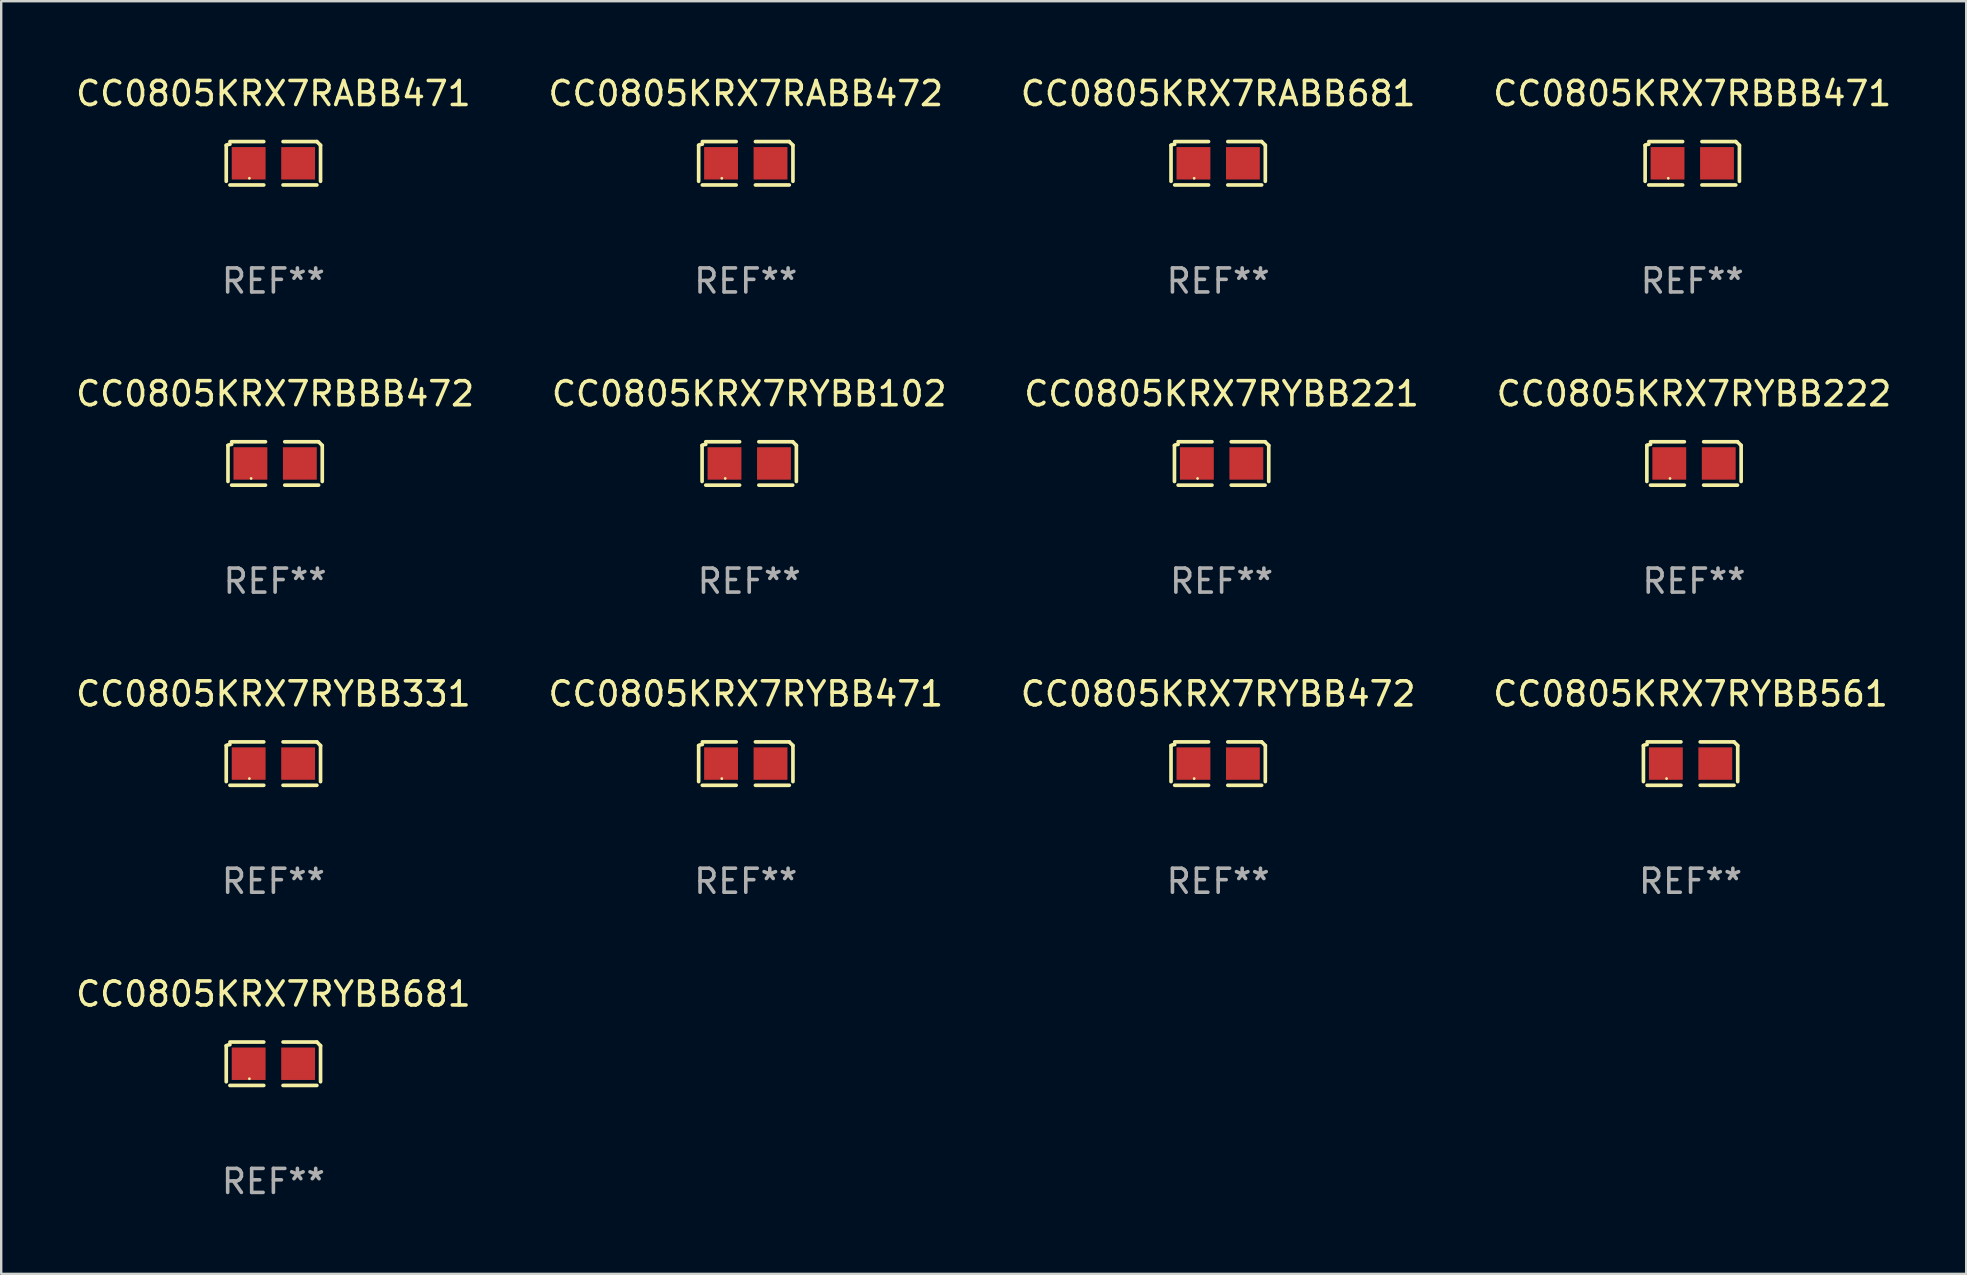
<source format=kicad_pcb>
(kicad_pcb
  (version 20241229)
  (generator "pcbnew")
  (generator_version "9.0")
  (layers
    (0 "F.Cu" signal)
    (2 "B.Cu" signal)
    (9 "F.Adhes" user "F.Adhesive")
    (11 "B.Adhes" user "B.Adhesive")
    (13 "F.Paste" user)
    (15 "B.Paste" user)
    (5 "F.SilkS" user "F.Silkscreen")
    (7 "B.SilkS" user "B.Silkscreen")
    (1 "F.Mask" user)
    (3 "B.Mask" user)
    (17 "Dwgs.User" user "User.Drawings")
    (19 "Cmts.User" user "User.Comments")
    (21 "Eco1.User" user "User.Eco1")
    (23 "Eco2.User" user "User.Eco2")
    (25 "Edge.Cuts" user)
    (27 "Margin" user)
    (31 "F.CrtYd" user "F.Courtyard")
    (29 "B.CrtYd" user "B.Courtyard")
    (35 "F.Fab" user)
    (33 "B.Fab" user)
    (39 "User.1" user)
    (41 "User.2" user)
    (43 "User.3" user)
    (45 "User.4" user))
  (footprint "CC0805KRX7RYBB222"
    (layer "F.Cu")
    (at 67.518 16.256)
    (property "Reference" "CC0805KRX7RYBB222" (at 0 -2.904 0) (layer "F.SilkS") (effects (font (size 1 1) (thickness 0.15))))
    (attr through_hole)
    (fp_line (start -1.964 0.751) (end -1.964 -0.751) (stroke (width 0.152) (type solid)) (layer "F.SilkS"))
    (fp_line (start -1.811 -0.904) (end -0.401 -0.904) (stroke (width 0.152) (type solid)) (layer "F.SilkS"))
    (fp_line (start -0.401 0.904) (end -1.811 0.904) (stroke (width 0.152) (type solid)) (layer "F.SilkS"))
    (fp_line (start 0.401 0.904) (end 1.811 0.904) (stroke (width 0.152) (type solid)) (layer "F.SilkS"))
    (fp_line (start 1.811 -0.904) (end 0.401 -0.904) (stroke (width 0.152) (type solid)) (layer "F.SilkS"))
    (fp_line (start 1.964 0.751) (end 1.964 -0.751) (stroke (width 0.152) (type solid)) (layer "F.SilkS"))
    (fp_arc (start -1.963602 -0.751207) (mid -1.890354 -0.783131) (end -1.811201 -0.794044) (stroke (width 0.1524) (type solid)) (layer "F.SilkS"))
    (fp_arc (start 1.811202 -0.903607) (mid 1.887413 -0.827418) (end 1.963602 -0.751207) (stroke (width 0.1524) (type solid)) (layer "F.SilkS"))
    (fp_circle (center -1 0.625) (end -0.97 0.625) (stroke (width 0.06) (type solid)) (fill no) (layer "F.SilkS"))
    (fp_text user "REF**" (at 0 4.904 0) (layer "F.Fab") (effects (font (size 1 1) (thickness 0.15))))
    (pad "1" smd rect (at -1.03 0) (size 1.41 1.35) (layers "F.Cu" "F.Mask" "F.Paste"))
    (pad "2" smd rect (at 1.03 0) (size 1.41 1.35) (layers "F.Cu" "F.Mask" "F.Paste")))
  (footprint "CC0805KRX7RYBB102"
    (layer "F.Cu")
    (at 28.161 16.256)
    (property "Reference" "CC0805KRX7RYBB102" (at 0 -2.904 0) (layer "F.SilkS") (effects (font (size 1 1) (thickness 0.15))))
    (attr through_hole)
    (fp_line (start -1.964 0.751) (end -1.964 -0.751) (stroke (width 0.152) (type solid)) (layer "F.SilkS"))
    (fp_line (start -1.811 -0.904) (end -0.401 -0.904) (stroke (width 0.152) (type solid)) (layer "F.SilkS"))
    (fp_line (start -0.401 0.904) (end -1.811 0.904) (stroke (width 0.152) (type solid)) (layer "F.SilkS"))
    (fp_line (start 0.401 0.904) (end 1.811 0.904) (stroke (width 0.152) (type solid)) (layer "F.SilkS"))
    (fp_line (start 1.811 -0.904) (end 0.401 -0.904) (stroke (width 0.152) (type solid)) (layer "F.SilkS"))
    (fp_line (start 1.964 0.751) (end 1.964 -0.751) (stroke (width 0.152) (type solid)) (layer "F.SilkS"))
    (fp_arc (start -1.963602 -0.751207) (mid -1.890354 -0.783131) (end -1.811201 -0.794044) (stroke (width 0.1524) (type solid)) (layer "F.SilkS"))
    (fp_arc (start 1.811202 -0.903607) (mid 1.887413 -0.827418) (end 1.963602 -0.751207) (stroke (width 0.1524) (type solid)) (layer "F.SilkS"))
    (fp_circle (center -1 0.625) (end -0.97 0.625) (stroke (width 0.06) (type solid)) (fill no) (layer "F.SilkS"))
    (fp_text user "REF**" (at 0 4.904 0) (layer "F.Fab") (effects (font (size 1 1) (thickness 0.15))))
    (pad "1" smd rect (at -1.03 0) (size 1.41 1.35) (layers "F.Cu" "F.Mask" "F.Paste"))
    (pad "2" smd rect (at 1.03 0) (size 1.41 1.35) (layers "F.Cu" "F.Mask" "F.Paste")))
  (footprint "CC0805KRX7RYBB471"
    (layer "F.Cu")
    (at 28.018 28.759)
    (property "Reference" "CC0805KRX7RYBB471" (at 0 -2.904 0) (layer "F.SilkS") (effects (font (size 1 1) (thickness 0.15))))
    (attr through_hole)
    (fp_line (start -1.964 0.751) (end -1.964 -0.751) (stroke (width 0.152) (type solid)) (layer "F.SilkS"))
    (fp_line (start -1.811 -0.904) (end -0.401 -0.904) (stroke (width 0.152) (type solid)) (layer "F.SilkS"))
    (fp_line (start -0.401 0.904) (end -1.811 0.904) (stroke (width 0.152) (type solid)) (layer "F.SilkS"))
    (fp_line (start 0.401 0.904) (end 1.811 0.904) (stroke (width 0.152) (type solid)) (layer "F.SilkS"))
    (fp_line (start 1.811 -0.904) (end 0.401 -0.904) (stroke (width 0.152) (type solid)) (layer "F.SilkS"))
    (fp_line (start 1.964 0.751) (end 1.964 -0.751) (stroke (width 0.152) (type solid)) (layer "F.SilkS"))
    (fp_arc (start -1.963602 -0.751207) (mid -1.890354 -0.783131) (end -1.811201 -0.794044) (stroke (width 0.1524) (type solid)) (layer "F.SilkS"))
    (fp_arc (start 1.811202 -0.903607) (mid 1.887413 -0.827418) (end 1.963602 -0.751207) (stroke (width 0.1524) (type solid)) (layer "F.SilkS"))
    (fp_circle (center -1 0.625) (end -0.97 0.625) (stroke (width 0.06) (type solid)) (fill no) (layer "F.SilkS"))
    (fp_text user "REF**" (at 0 4.904 0) (layer "F.Fab") (effects (font (size 1 1) (thickness 0.15))))
    (pad "1" smd rect (at -1.03 0) (size 1.41 1.35) (layers "F.Cu" "F.Mask" "F.Paste"))
    (pad "2" smd rect (at 1.03 0) (size 1.41 1.35) (layers "F.Cu" "F.Mask" "F.Paste")))
  (footprint "CC0805KRX7RABB471"
    (layer "F.Cu")
    (at 8.339 3.752)
    (property "Reference" "CC0805KRX7RABB471" (at 0 -2.904 0) (layer "F.SilkS") (effects (font (size 1 1) (thickness 0.15))))
    (attr through_hole)
    (fp_line (start -1.964 0.751) (end -1.964 -0.751) (stroke (width 0.152) (type solid)) (layer "F.SilkS"))
    (fp_line (start -1.811 -0.904) (end -0.401 -0.904) (stroke (width 0.152) (type solid)) (layer "F.SilkS"))
    (fp_line (start -0.401 0.904) (end -1.811 0.904) (stroke (width 0.152) (type solid)) (layer "F.SilkS"))
    (fp_line (start 0.401 0.904) (end 1.811 0.904) (stroke (width 0.152) (type solid)) (layer "F.SilkS"))
    (fp_line (start 1.811 -0.904) (end 0.401 -0.904) (stroke (width 0.152) (type solid)) (layer "F.SilkS"))
    (fp_line (start 1.964 0.751) (end 1.964 -0.751) (stroke (width 0.152) (type solid)) (layer "F.SilkS"))
    (fp_arc (start -1.963602 -0.751207) (mid -1.890354 -0.783131) (end -1.811201 -0.794044) (stroke (width 0.1524) (type solid)) (layer "F.SilkS"))
    (fp_arc (start 1.811202 -0.903607) (mid 1.887413 -0.827418) (end 1.963602 -0.751207) (stroke (width 0.1524) (type solid)) (layer "F.SilkS"))
    (fp_circle (center -1 0.625) (end -0.97 0.625) (stroke (width 0.06) (type solid)) (fill no) (layer "F.SilkS"))
    (fp_text user "REF**" (at 0 4.904 0) (layer "F.Fab") (effects (font (size 1 1) (thickness 0.15))))
    (pad "1" smd rect (at -1.03 0) (size 1.41 1.35) (layers "F.Cu" "F.Mask" "F.Paste"))
    (pad "2" smd rect (at 1.03 0) (size 1.41 1.35) (layers "F.Cu" "F.Mask" "F.Paste")))
  (footprint "CC0805KRX7RABB681"
    (layer "F.Cu")
    (at 47.696 3.752)
    (property "Reference" "CC0805KRX7RABB681" (at 0 -2.904 0) (layer "F.SilkS") (effects (font (size 1 1) (thickness 0.15))))
    (attr through_hole)
    (fp_line (start -1.964 0.751) (end -1.964 -0.751) (stroke (width 0.152) (type solid)) (layer "F.SilkS"))
    (fp_line (start -1.811 -0.904) (end -0.401 -0.904) (stroke (width 0.152) (type solid)) (layer "F.SilkS"))
    (fp_line (start -0.401 0.904) (end -1.811 0.904) (stroke (width 0.152) (type solid)) (layer "F.SilkS"))
    (fp_line (start 0.401 0.904) (end 1.811 0.904) (stroke (width 0.152) (type solid)) (layer "F.SilkS"))
    (fp_line (start 1.811 -0.904) (end 0.401 -0.904) (stroke (width 0.152) (type solid)) (layer "F.SilkS"))
    (fp_line (start 1.964 0.751) (end 1.964 -0.751) (stroke (width 0.152) (type solid)) (layer "F.SilkS"))
    (fp_arc (start -1.963602 -0.751207) (mid -1.890354 -0.783131) (end -1.811201 -0.794044) (stroke (width 0.1524) (type solid)) (layer "F.SilkS"))
    (fp_arc (start 1.811202 -0.903607) (mid 1.887413 -0.827418) (end 1.963602 -0.751207) (stroke (width 0.1524) (type solid)) (layer "F.SilkS"))
    (fp_circle (center -1 0.625) (end -0.97 0.625) (stroke (width 0.06) (type solid)) (fill no) (layer "F.SilkS"))
    (fp_text user "REF**" (at 0 4.904 0) (layer "F.Fab") (effects (font (size 1 1) (thickness 0.15))))
    (pad "1" smd rect (at -1.03 0) (size 1.41 1.35) (layers "F.Cu" "F.Mask" "F.Paste"))
    (pad "2" smd rect (at 1.03 0) (size 1.41 1.35) (layers "F.Cu" "F.Mask" "F.Paste")))
  (footprint "CC0805KRX7RYBB561"
    (layer "F.Cu")
    (at 67.375 28.759)
    (property "Reference" "CC0805KRX7RYBB561" (at 0 -2.904 0) (layer "F.SilkS") (effects (font (size 1 1) (thickness 0.15))))
    (attr through_hole)
    (fp_line (start -1.964 0.751) (end -1.964 -0.751) (stroke (width 0.152) (type solid)) (layer "F.SilkS"))
    (fp_line (start -1.811 -0.904) (end -0.401 -0.904) (stroke (width 0.152) (type solid)) (layer "F.SilkS"))
    (fp_line (start -0.401 0.904) (end -1.811 0.904) (stroke (width 0.152) (type solid)) (layer "F.SilkS"))
    (fp_line (start 0.401 0.904) (end 1.811 0.904) (stroke (width 0.152) (type solid)) (layer "F.SilkS"))
    (fp_line (start 1.811 -0.904) (end 0.401 -0.904) (stroke (width 0.152) (type solid)) (layer "F.SilkS"))
    (fp_line (start 1.964 0.751) (end 1.964 -0.751) (stroke (width 0.152) (type solid)) (layer "F.SilkS"))
    (fp_arc (start -1.963602 -0.751207) (mid -1.890354 -0.783131) (end -1.811201 -0.794044) (stroke (width 0.1524) (type solid)) (layer "F.SilkS"))
    (fp_arc (start 1.811202 -0.903607) (mid 1.887413 -0.827418) (end 1.963602 -0.751207) (stroke (width 0.1524) (type solid)) (layer "F.SilkS"))
    (fp_circle (center -1 0.625) (end -0.97 0.625) (stroke (width 0.06) (type solid)) (fill no) (layer "F.SilkS"))
    (fp_text user "REF**" (at 0 4.904 0) (layer "F.Fab") (effects (font (size 1 1) (thickness 0.15))))
    (pad "1" smd rect (at -1.03 0) (size 1.41 1.35) (layers "F.Cu" "F.Mask" "F.Paste"))
    (pad "2" smd rect (at 1.03 0) (size 1.41 1.35) (layers "F.Cu" "F.Mask" "F.Paste")))
  (footprint "CC0805KRX7RYBB331"
    (layer "F.Cu")
    (at 8.339 28.759)
    (property "Reference" "CC0805KRX7RYBB331" (at 0 -2.904 0) (layer "F.SilkS") (effects (font (size 1 1) (thickness 0.15))))
    (attr through_hole)
    (fp_line (start -1.964 0.751) (end -1.964 -0.751) (stroke (width 0.152) (type solid)) (layer "F.SilkS"))
    (fp_line (start -1.811 -0.904) (end -0.401 -0.904) (stroke (width 0.152) (type solid)) (layer "F.SilkS"))
    (fp_line (start -0.401 0.904) (end -1.811 0.904) (stroke (width 0.152) (type solid)) (layer "F.SilkS"))
    (fp_line (start 0.401 0.904) (end 1.811 0.904) (stroke (width 0.152) (type solid)) (layer "F.SilkS"))
    (fp_line (start 1.811 -0.904) (end 0.401 -0.904) (stroke (width 0.152) (type solid)) (layer "F.SilkS"))
    (fp_line (start 1.964 0.751) (end 1.964 -0.751) (stroke (width 0.152) (type solid)) (layer "F.SilkS"))
    (fp_arc (start -1.963602 -0.751207) (mid -1.890354 -0.783131) (end -1.811201 -0.794044) (stroke (width 0.1524) (type solid)) (layer "F.SilkS"))
    (fp_arc (start 1.811202 -0.903607) (mid 1.887413 -0.827418) (end 1.963602 -0.751207) (stroke (width 0.1524) (type solid)) (layer "F.SilkS"))
    (fp_circle (center -1 0.625) (end -0.97 0.625) (stroke (width 0.06) (type solid)) (fill no) (layer "F.SilkS"))
    (fp_text user "REF**" (at 0 4.904 0) (layer "F.Fab") (effects (font (size 1 1) (thickness 0.15))))
    (pad "1" smd rect (at -1.03 0) (size 1.41 1.35) (layers "F.Cu" "F.Mask" "F.Paste"))
    (pad "2" smd rect (at 1.03 0) (size 1.41 1.35) (layers "F.Cu" "F.Mask" "F.Paste")))
  (footprint "CC0805KRX7RBBB472"
    (layer "F.Cu")
    (at 8.411 16.256)
    (property "Reference" "CC0805KRX7RBBB472" (at 0 -2.904 0) (layer "F.SilkS") (effects (font (size 1 1) (thickness 0.15))))
    (attr through_hole)
    (fp_line (start -1.964 0.751) (end -1.964 -0.751) (stroke (width 0.152) (type solid)) (layer "F.SilkS"))
    (fp_line (start -1.811 -0.904) (end -0.401 -0.904) (stroke (width 0.152) (type solid)) (layer "F.SilkS"))
    (fp_line (start -0.401 0.904) (end -1.811 0.904) (stroke (width 0.152) (type solid)) (layer "F.SilkS"))
    (fp_line (start 0.401 0.904) (end 1.811 0.904) (stroke (width 0.152) (type solid)) (layer "F.SilkS"))
    (fp_line (start 1.811 -0.904) (end 0.401 -0.904) (stroke (width 0.152) (type solid)) (layer "F.SilkS"))
    (fp_line (start 1.964 0.751) (end 1.964 -0.751) (stroke (width 0.152) (type solid)) (layer "F.SilkS"))
    (fp_arc (start -1.963602 -0.751207) (mid -1.890354 -0.783131) (end -1.811201 -0.794044) (stroke (width 0.1524) (type solid)) (layer "F.SilkS"))
    (fp_arc (start 1.811202 -0.903607) (mid 1.887413 -0.827418) (end 1.963602 -0.751207) (stroke (width 0.1524) (type solid)) (layer "F.SilkS"))
    (fp_circle (center -1 0.625) (end -0.97 0.625) (stroke (width 0.06) (type solid)) (fill no) (layer "F.SilkS"))
    (fp_text user "REF**" (at 0 4.904 0) (layer "F.Fab") (effects (font (size 1 1) (thickness 0.15))))
    (pad "1" smd rect (at -1.03 0) (size 1.41 1.35) (layers "F.Cu" "F.Mask" "F.Paste"))
    (pad "2" smd rect (at 1.03 0) (size 1.41 1.35) (layers "F.Cu" "F.Mask" "F.Paste")))
  (footprint "CC0805KRX7RBBB471"
    (layer "F.Cu")
    (at 67.446 3.752)
    (property "Reference" "CC0805KRX7RBBB471" (at 0 -2.904 0) (layer "F.SilkS") (effects (font (size 1 1) (thickness 0.15))))
    (attr through_hole)
    (fp_line (start -1.964 0.751) (end -1.964 -0.751) (stroke (width 0.152) (type solid)) (layer "F.SilkS"))
    (fp_line (start -1.811 -0.904) (end -0.401 -0.904) (stroke (width 0.152) (type solid)) (layer "F.SilkS"))
    (fp_line (start -0.401 0.904) (end -1.811 0.904) (stroke (width 0.152) (type solid)) (layer "F.SilkS"))
    (fp_line (start 0.401 0.904) (end 1.811 0.904) (stroke (width 0.152) (type solid)) (layer "F.SilkS"))
    (fp_line (start 1.811 -0.904) (end 0.401 -0.904) (stroke (width 0.152) (type solid)) (layer "F.SilkS"))
    (fp_line (start 1.964 0.751) (end 1.964 -0.751) (stroke (width 0.152) (type solid)) (layer "F.SilkS"))
    (fp_arc (start -1.963602 -0.751207) (mid -1.890354 -0.783131) (end -1.811201 -0.794044) (stroke (width 0.1524) (type solid)) (layer "F.SilkS"))
    (fp_arc (start 1.811202 -0.903607) (mid 1.887413 -0.827418) (end 1.963602 -0.751207) (stroke (width 0.1524) (type solid)) (layer "F.SilkS"))
    (fp_circle (center -1 0.625) (end -0.97 0.625) (stroke (width 0.06) (type solid)) (fill no) (layer "F.SilkS"))
    (fp_text user "REF**" (at 0 4.904 0) (layer "F.Fab") (effects (font (size 1 1) (thickness 0.15))))
    (pad "1" smd rect (at -1.03 0) (size 1.41 1.35) (layers "F.Cu" "F.Mask" "F.Paste"))
    (pad "2" smd rect (at 1.03 0) (size 1.41 1.35) (layers "F.Cu" "F.Mask" "F.Paste")))
  (footprint "CC0805KRX7RYBB472"
    (layer "F.Cu")
    (at 47.696 28.759)
    (property "Reference" "CC0805KRX7RYBB472" (at 0 -2.904 0) (layer "F.SilkS") (effects (font (size 1 1) (thickness 0.15))))
    (attr through_hole)
    (fp_line (start -1.964 0.751) (end -1.964 -0.751) (stroke (width 0.152) (type solid)) (layer "F.SilkS"))
    (fp_line (start -1.811 -0.904) (end -0.401 -0.904) (stroke (width 0.152) (type solid)) (layer "F.SilkS"))
    (fp_line (start -0.401 0.904) (end -1.811 0.904) (stroke (width 0.152) (type solid)) (layer "F.SilkS"))
    (fp_line (start 0.401 0.904) (end 1.811 0.904) (stroke (width 0.152) (type solid)) (layer "F.SilkS"))
    (fp_line (start 1.811 -0.904) (end 0.401 -0.904) (stroke (width 0.152) (type solid)) (layer "F.SilkS"))
    (fp_line (start 1.964 0.751) (end 1.964 -0.751) (stroke (width 0.152) (type solid)) (layer "F.SilkS"))
    (fp_arc (start -1.963602 -0.751207) (mid -1.890354 -0.783131) (end -1.811201 -0.794044) (stroke (width 0.1524) (type solid)) (layer "F.SilkS"))
    (fp_arc (start 1.811202 -0.903607) (mid 1.887413 -0.827418) (end 1.963602 -0.751207) (stroke (width 0.1524) (type solid)) (layer "F.SilkS"))
    (fp_circle (center -1 0.625) (end -0.97 0.625) (stroke (width 0.06) (type solid)) (fill no) (layer "F.SilkS"))
    (fp_text user "REF**" (at 0 4.904 0) (layer "F.Fab") (effects (font (size 1 1) (thickness 0.15))))
    (pad "1" smd rect (at -1.03 0) (size 1.41 1.35) (layers "F.Cu" "F.Mask" "F.Paste"))
    (pad "2" smd rect (at 1.03 0) (size 1.41 1.35) (layers "F.Cu" "F.Mask" "F.Paste")))
  (footprint "CC0805KRX7RYBB681"
    (layer "F.Cu")
    (at 8.339 41.263)
    (property "Reference" "CC0805KRX7RYBB681" (at 0 -2.904 0) (layer "F.SilkS") (effects (font (size 1 1) (thickness 0.15))))
    (attr through_hole)
    (fp_line (start -1.964 0.751) (end -1.964 -0.751) (stroke (width 0.152) (type solid)) (layer "F.SilkS"))
    (fp_line (start -1.811 -0.904) (end -0.401 -0.904) (stroke (width 0.152) (type solid)) (layer "F.SilkS"))
    (fp_line (start -0.401 0.904) (end -1.811 0.904) (stroke (width 0.152) (type solid)) (layer "F.SilkS"))
    (fp_line (start 0.401 0.904) (end 1.811 0.904) (stroke (width 0.152) (type solid)) (layer "F.SilkS"))
    (fp_line (start 1.811 -0.904) (end 0.401 -0.904) (stroke (width 0.152) (type solid)) (layer "F.SilkS"))
    (fp_line (start 1.964 0.751) (end 1.964 -0.751) (stroke (width 0.152) (type solid)) (layer "F.SilkS"))
    (fp_arc (start -1.963602 -0.751207) (mid -1.890354 -0.783131) (end -1.811201 -0.794044) (stroke (width 0.1524) (type solid)) (layer "F.SilkS"))
    (fp_arc (start 1.811202 -0.903607) (mid 1.887413 -0.827418) (end 1.963602 -0.751207) (stroke (width 0.1524) (type solid)) (layer "F.SilkS"))
    (fp_circle (center -1 0.625) (end -0.97 0.625) (stroke (width 0.06) (type solid)) (fill no) (layer "F.SilkS"))
    (fp_text user "REF**" (at 0 4.904 0) (layer "F.Fab") (effects (font (size 1 1) (thickness 0.15))))
    (pad "1" smd rect (at -1.03 0) (size 1.41 1.35) (layers "F.Cu" "F.Mask" "F.Paste"))
    (pad "2" smd rect (at 1.03 0) (size 1.41 1.35) (layers "F.Cu" "F.Mask" "F.Paste")))
  (footprint "CC0805KRX7RYBB221"
    (layer "F.Cu")
    (at 47.839 16.256)
    (property "Reference" "CC0805KRX7RYBB221" (at 0 -2.904 0) (layer "F.SilkS") (effects (font (size 1 1) (thickness 0.15))))
    (attr through_hole)
    (fp_line (start -1.964 0.751) (end -1.964 -0.751) (stroke (width 0.152) (type solid)) (layer "F.SilkS"))
    (fp_line (start -1.811 -0.904) (end -0.401 -0.904) (stroke (width 0.152) (type solid)) (layer "F.SilkS"))
    (fp_line (start -0.401 0.904) (end -1.811 0.904) (stroke (width 0.152) (type solid)) (layer "F.SilkS"))
    (fp_line (start 0.401 0.904) (end 1.811 0.904) (stroke (width 0.152) (type solid)) (layer "F.SilkS"))
    (fp_line (start 1.811 -0.904) (end 0.401 -0.904) (stroke (width 0.152) (type solid)) (layer "F.SilkS"))
    (fp_line (start 1.964 0.751) (end 1.964 -0.751) (stroke (width 0.152) (type solid)) (layer "F.SilkS"))
    (fp_arc (start -1.963602 -0.751207) (mid -1.890354 -0.783131) (end -1.811201 -0.794044) (stroke (width 0.1524) (type solid)) (layer "F.SilkS"))
    (fp_arc (start 1.811202 -0.903607) (mid 1.887413 -0.827418) (end 1.963602 -0.751207) (stroke (width 0.1524) (type solid)) (layer "F.SilkS"))
    (fp_circle (center -1 0.625) (end -0.97 0.625) (stroke (width 0.06) (type solid)) (fill no) (layer "F.SilkS"))
    (fp_text user "REF**" (at 0 4.904 0) (layer "F.Fab") (effects (font (size 1 1) (thickness 0.15))))
    (pad "1" smd rect (at -1.03 0) (size 1.41 1.35) (layers "F.Cu" "F.Mask" "F.Paste"))
    (pad "2" smd rect (at 1.03 0) (size 1.41 1.35) (layers "F.Cu" "F.Mask" "F.Paste")))
  (footprint "CC0805KRX7RABB472"
    (layer "F.Cu")
    (at 28.018 3.752)
    (property "Reference" "CC0805KRX7RABB472" (at 0 -2.904 0) (layer "F.SilkS") (effects (font (size 1 1) (thickness 0.15))))
    (attr through_hole)
    (fp_line (start -1.964 0.751) (end -1.964 -0.751) (stroke (width 0.152) (type solid)) (layer "F.SilkS"))
    (fp_line (start -1.811 -0.904) (end -0.401 -0.904) (stroke (width 0.152) (type solid)) (layer "F.SilkS"))
    (fp_line (start -0.401 0.904) (end -1.811 0.904) (stroke (width 0.152) (type solid)) (layer "F.SilkS"))
    (fp_line (start 0.401 0.904) (end 1.811 0.904) (stroke (width 0.152) (type solid)) (layer "F.SilkS"))
    (fp_line (start 1.811 -0.904) (end 0.401 -0.904) (stroke (width 0.152) (type solid)) (layer "F.SilkS"))
    (fp_line (start 1.964 0.751) (end 1.964 -0.751) (stroke (width 0.152) (type solid)) (layer "F.SilkS"))
    (fp_arc (start -1.963602 -0.751207) (mid -1.890354 -0.783131) (end -1.811201 -0.794044) (stroke (width 0.1524) (type solid)) (layer "F.SilkS"))
    (fp_arc (start 1.811202 -0.903607) (mid 1.887413 -0.827418) (end 1.963602 -0.751207) (stroke (width 0.1524) (type solid)) (layer "F.SilkS"))
    (fp_circle (center -1 0.625) (end -0.97 0.625) (stroke (width 0.06) (type solid)) (fill no) (layer "F.SilkS"))
    (fp_text user "REF**" (at 0 4.904 0) (layer "F.Fab") (effects (font (size 1 1) (thickness 0.15))))
    (pad "1" smd rect (at -1.03 0) (size 1.41 1.35) (layers "F.Cu" "F.Mask" "F.Paste"))
    (pad "2" smd rect (at 1.03 0) (size 1.41 1.35) (layers "F.Cu" "F.Mask" "F.Paste")))
  (gr_rect
    (start -3 -3)
    (end 78.857 50.015)
    (stroke (width 0.1) (type default))
    (fill no)
    (layer "Edge.Cuts")))
</source>
